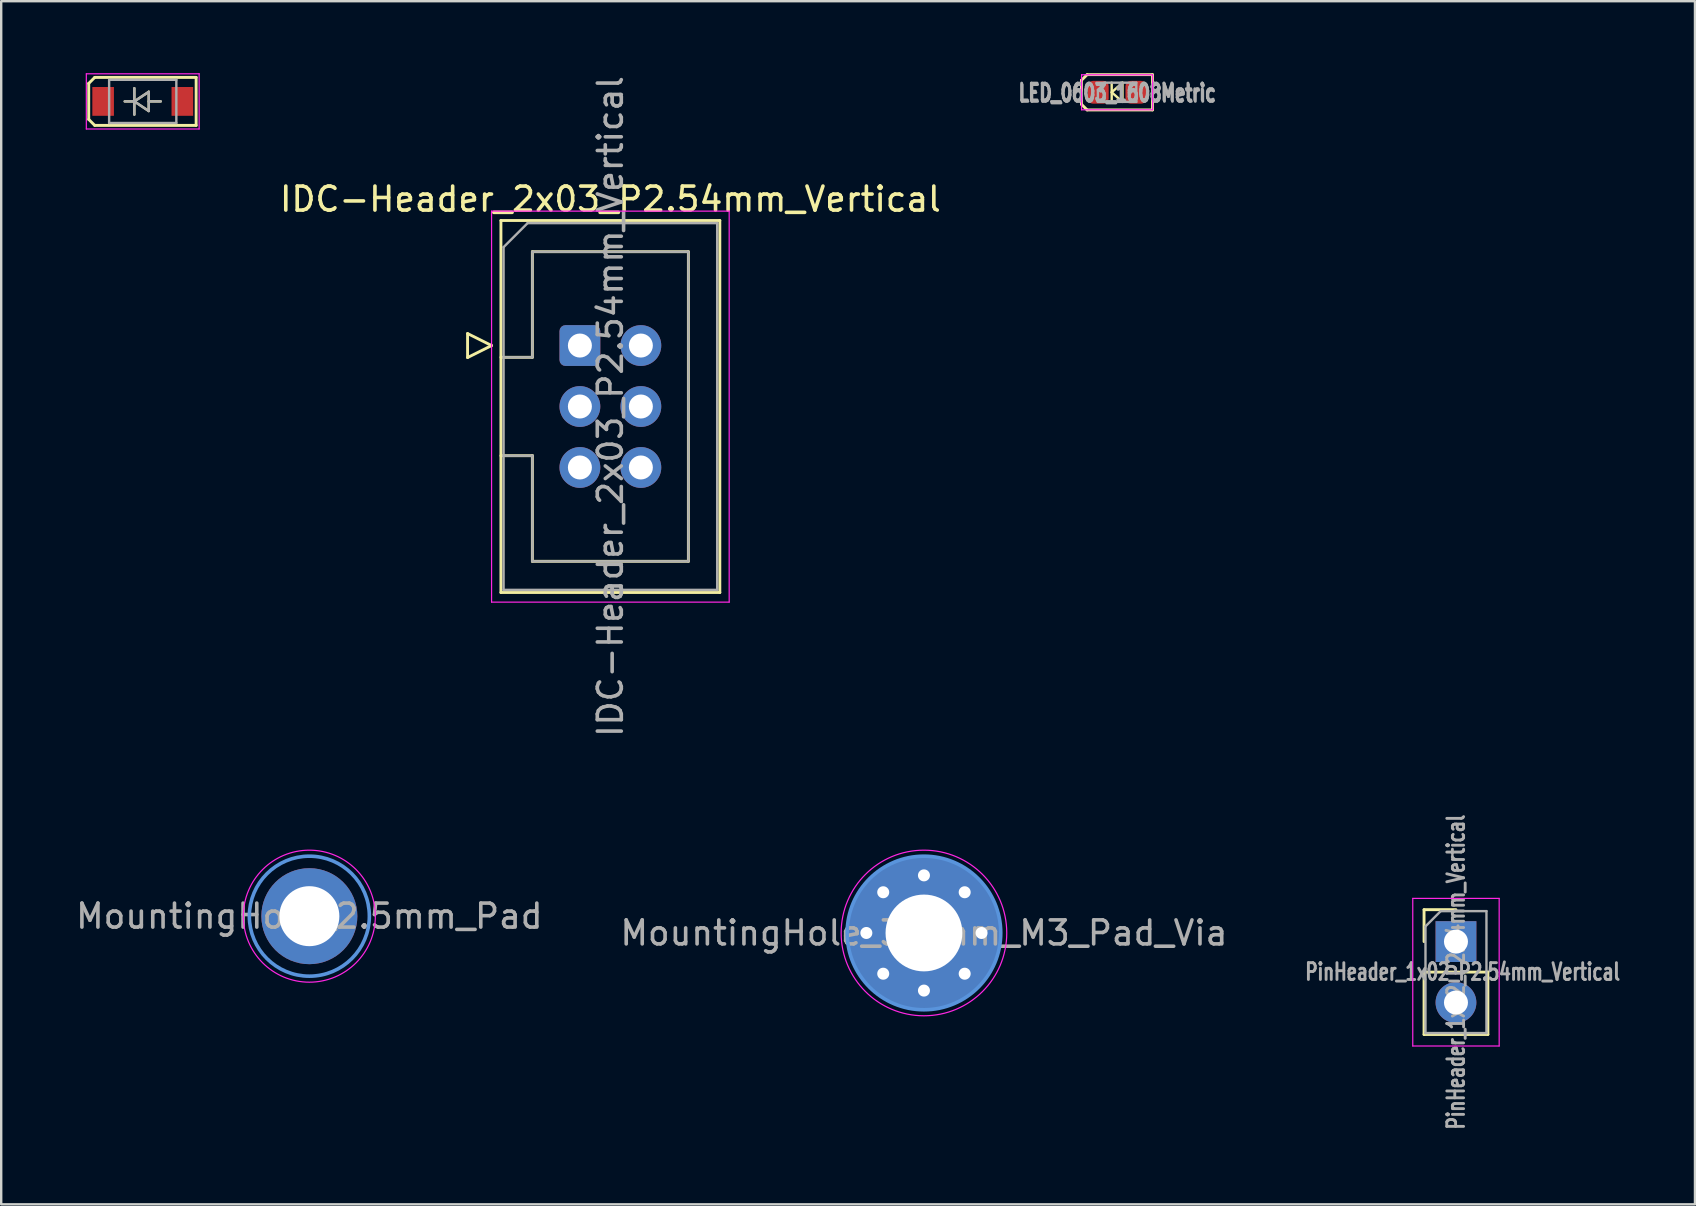
<source format=kicad_pcb>
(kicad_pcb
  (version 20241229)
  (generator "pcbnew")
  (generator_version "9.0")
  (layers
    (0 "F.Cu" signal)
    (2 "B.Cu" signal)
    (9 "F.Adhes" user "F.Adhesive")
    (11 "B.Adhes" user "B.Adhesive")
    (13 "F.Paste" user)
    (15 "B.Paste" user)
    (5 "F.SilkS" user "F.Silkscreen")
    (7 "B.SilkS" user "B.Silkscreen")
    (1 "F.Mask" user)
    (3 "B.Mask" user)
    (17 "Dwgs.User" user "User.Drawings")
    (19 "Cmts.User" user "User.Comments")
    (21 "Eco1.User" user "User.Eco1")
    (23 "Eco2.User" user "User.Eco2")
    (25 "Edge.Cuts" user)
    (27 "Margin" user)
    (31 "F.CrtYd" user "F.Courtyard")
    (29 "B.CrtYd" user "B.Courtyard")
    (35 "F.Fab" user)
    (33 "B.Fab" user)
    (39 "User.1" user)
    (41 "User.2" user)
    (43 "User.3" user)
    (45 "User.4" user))
  (footprint "MountingHole_2.5mm_Pad"
    (layer "F.Cu")
    (at 9.839 35.122)
    (property "Reference" "MountingHole_2.5mm_Pad" (at 0 -3.5 0) (layer "User.1") (effects (font (size 1 1) (thickness 0.15))))
    (attr exclude_from_pos_files)
    (fp_circle (center 0 0) (end 2.5 0) (stroke (width 0.15) (type solid)) (fill no) (layer "Cmts.User"))
    (fp_circle (center 0 0) (end 2.75 0) (stroke (width 0.05) (type solid)) (fill no) (layer "F.CrtYd"))
    (fp_text user "${REFERENCE}" (at 0 0 0) (layer "F.Fab") (effects (font (size 1 1) (thickness 0.15))))
    (pad "1" thru_hole circle (at 0 0) (size 4 4) (drill 2.5) (layers "*.Cu" "*.Mask")))
  (footprint "IDC-Header_2x03_P2.54mm_Vertical"
    (layer "F.Cu")
    (at 21.111 11.347)
    (property "Reference" "IDC-Header_2x03_P2.54mm_Vertical" (at 1.27 -6.1 180) (layer "F.SilkS") (effects (font (size 1 1) (thickness 0.15))))
    (attr through_hole)
    (fp_line (start -4.68 -0.5) (end -4.68 0.5) (stroke (width 0.12) (type solid)) (layer "F.SilkS"))
    (fp_line (start -4.68 0.5) (end -3.68 0) (stroke (width 0.12) (type solid)) (layer "F.SilkS"))
    (fp_line (start -3.68 0) (end -4.68 -0.5) (stroke (width 0.12) (type solid)) (layer "F.SilkS"))
    (fp_line (start -3.29 -5.21) (end 5.83 -5.21) (stroke (width 0.12) (type solid)) (layer "F.SilkS"))
    (fp_line (start -3.29 0.49) (end -1.98 0.49) (stroke (width 0.12) (type solid)) (layer "F.SilkS"))
    (fp_line (start -3.29 10.29) (end -3.29 -5.21) (stroke (width 0.12) (type solid)) (layer "F.SilkS"))
    (fp_line (start -1.98 -3.91) (end 4.52 -3.91) (stroke (width 0.12) (type solid)) (layer "F.SilkS"))
    (fp_line (start -1.98 0.49) (end -1.98 -3.91) (stroke (width 0.12) (type solid)) (layer "F.SilkS"))
    (fp_line (start -1.98 4.59) (end -3.29 4.59) (stroke (width 0.12) (type solid)) (layer "F.SilkS"))
    (fp_line (start -1.98 4.59) (end -1.98 4.59) (stroke (width 0.12) (type solid)) (layer "F.SilkS"))
    (fp_line (start -1.98 8.99) (end -1.98 4.59) (stroke (width 0.12) (type solid)) (layer "F.SilkS"))
    (fp_line (start 4.52 -3.91) (end 4.52 8.99) (stroke (width 0.12) (type solid)) (layer "F.SilkS"))
    (fp_line (start 4.52 8.99) (end -1.98 8.99) (stroke (width 0.12) (type solid)) (layer "F.SilkS"))
    (fp_line (start 5.83 -5.21) (end 5.83 10.29) (stroke (width 0.12) (type solid)) (layer "F.SilkS"))
    (fp_line (start 5.83 10.29) (end -3.29 10.29) (stroke (width 0.12) (type solid)) (layer "F.SilkS"))
    (fp_line (start -3.68 -5.6) (end -3.68 10.69) (stroke (width 0.05) (type solid)) (layer "F.CrtYd"))
    (fp_line (start -3.68 10.69) (end 6.22 10.69) (stroke (width 0.05) (type solid)) (layer "F.CrtYd"))
    (fp_line (start 6.22 -5.6) (end -3.68 -5.6) (stroke (width 0.05) (type solid)) (layer "F.CrtYd"))
    (fp_line (start 6.22 10.69) (end 6.22 -5.6) (stroke (width 0.05) (type solid)) (layer "F.CrtYd"))
    (fp_line (start -3.18 -4.1) (end -2.18 -5.1) (stroke (width 0.1) (type solid)) (layer "F.Fab"))
    (fp_line (start -3.18 0.49) (end -1.98 0.49) (stroke (width 0.1) (type solid)) (layer "F.Fab"))
    (fp_line (start -3.18 10.18) (end -3.18 -4.1) (stroke (width 0.1) (type solid)) (layer "F.Fab"))
    (fp_line (start -2.18 -5.1) (end 5.72 -5.1) (stroke (width 0.1) (type solid)) (layer "F.Fab"))
    (fp_line (start -1.98 -3.91) (end 4.52 -3.91) (stroke (width 0.1) (type solid)) (layer "F.Fab"))
    (fp_line (start -1.98 0.49) (end -1.98 -3.91) (stroke (width 0.1) (type solid)) (layer "F.Fab"))
    (fp_line (start -1.98 4.59) (end -3.18 4.59) (stroke (width 0.1) (type solid)) (layer "F.Fab"))
    (fp_line (start -1.98 4.59) (end -1.98 4.59) (stroke (width 0.1) (type solid)) (layer "F.Fab"))
    (fp_line (start -1.98 8.99) (end -1.98 4.59) (stroke (width 0.1) (type solid)) (layer "F.Fab"))
    (fp_line (start 4.52 -3.91) (end 4.52 8.99) (stroke (width 0.1) (type solid)) (layer "F.Fab"))
    (fp_line (start 4.52 8.99) (end -1.98 8.99) (stroke (width 0.1) (type solid)) (layer "F.Fab"))
    (fp_line (start 5.72 -5.1) (end 5.72 10.18) (stroke (width 0.1) (type solid)) (layer "F.Fab"))
    (fp_line (start 5.72 10.18) (end -3.18 10.18) (stroke (width 0.1) (type solid)) (layer "F.Fab"))
    (fp_text user "${REFERENCE}" (at 1.27 2.54 270) (layer "F.Fab") (effects (font (size 1 1) (thickness 0.15))))
    (pad "1" thru_hole roundrect (at 0 0) (size 1.7 1.7) (drill 1) (layers "*.Cu" "*.Mask") (roundrect_rratio 0.147))
    (pad "2" thru_hole circle (at 2.54 0) (size 1.7 1.7) (drill 1) (layers "*.Cu" "*.Mask"))
    (pad "3" thru_hole circle (at 0 2.54) (size 1.7 1.7) (drill 1) (layers "*.Cu" "*.Mask"))
    (pad "4" thru_hole circle (at 2.54 2.54) (size 1.7 1.7) (drill 1) (layers "*.Cu" "*.Mask"))
    (pad "5" thru_hole circle (at 0 5.08) (size 1.7 1.7) (drill 1) (layers "*.Cu" "*.Mask"))
    (pad "6" thru_hole circle (at 2.54 5.08) (size 1.7 1.7) (drill 1) (layers "*.Cu" "*.Mask")))
  (footprint "MountingHole_3.2mm_M3_Pad_Via"
    (layer "F.Cu")
    (at 35.446 35.822)
    (property "Reference" "MountingHole_3.2mm_M3_Pad_Via" (at 0 -4.2 0) (layer "User.1") (effects (font (size 1 1) (thickness 0.15))))
    (attr through_hole exclude_from_pos_files exclude_from_bom)
    (fp_circle (center 0 0) (end 3.2 0) (stroke (width 0.15) (type solid)) (fill no) (layer "Cmts.User"))
    (fp_circle (center 0 0) (end 3.45 0) (stroke (width 0.05) (type solid)) (fill no) (layer "F.CrtYd"))
    (fp_text user "${REFERENCE}" (at 0 0 0) (layer "F.Fab") (effects (font (size 1 1) (thickness 0.15))))
    (pad "1" thru_hole circle (at -2.4 0) (size 0.8 0.8) (drill 0.5) (layers "*.Cu" "*.Mask"))
    (pad "1" thru_hole circle (at -1.697 -1.697) (size 0.8 0.8) (drill 0.5) (layers "*.Cu" "*.Mask"))
    (pad "1" thru_hole circle (at -1.697 1.697) (size 0.8 0.8) (drill 0.5) (layers "*.Cu" "*.Mask"))
    (pad "1" thru_hole circle (at 0 -2.4) (size 0.8 0.8) (drill 0.5) (layers "*.Cu" "*.Mask"))
    (pad "1" thru_hole circle (at 0 0) (size 6.4 6.4) (drill 3.2) (layers "*.Cu" "*.Mask"))
    (pad "1" thru_hole circle (at 0 2.4) (size 0.8 0.8) (drill 0.5) (layers "*.Cu" "*.Mask"))
    (pad "1" thru_hole circle (at 1.697 -1.697) (size 0.8 0.8) (drill 0.5) (layers "*.Cu" "*.Mask"))
    (pad "1" thru_hole circle (at 1.697 1.697) (size 0.8 0.8) (drill 0.5) (layers "*.Cu" "*.Mask"))
    (pad "1" thru_hole circle (at 2.4 0) (size 0.8 0.8) (drill 0.5) (layers "*.Cu" "*.Mask")))
  (footprint "D_SOD-123"
    (layer "F.Cu")
    (at 2.897 1.175)
    (property "Reference" "D_SOD-123" (at -0.15 0 180) (layer "User.1") (effects (font (size 0.7 0.6) (thickness 0.1) (bold yes))))
    (attr smd)
    (fp_line (start -2.25 -0.75) (end -2.25 0.75) (stroke (width 0.12) (type solid)) (layer "F.SilkS"))
    (fp_line (start -2.25 0.75) (end -2 1) (stroke (width 0.12) (type solid)) (layer "F.SilkS"))
    (fp_line (start -2 -1) (end -2.25 -0.75) (stroke (width 0.12) (type solid)) (layer "F.SilkS"))
    (fp_line (start -2 -1) (end 2.225 -1) (stroke (width 0.12) (type solid)) (layer "F.SilkS"))
    (fp_line (start -2 1) (end 2.225 1) (stroke (width 0.12) (type solid)) (layer "F.SilkS"))
    (fp_line (start -0.75 0) (end -0.35 0) (stroke (width 0.1) (type solid)) (layer "F.SilkS"))
    (fp_line (start -0.35 0) (end -0.35 -0.55) (stroke (width 0.1) (type solid)) (layer "F.SilkS"))
    (fp_line (start -0.35 0) (end -0.35 0.55) (stroke (width 0.1) (type solid)) (layer "F.SilkS"))
    (fp_line (start -0.35 0) (end 0.25 -0.4) (stroke (width 0.1) (type solid)) (layer "F.SilkS"))
    (fp_line (start 0.25 -0.4) (end 0.25 0.4) (stroke (width 0.1) (type solid)) (layer "F.SilkS"))
    (fp_line (start 0.25 0) (end 0.75 0) (stroke (width 0.1) (type solid)) (layer "F.SilkS"))
    (fp_line (start 0.25 0.4) (end -0.35 0) (stroke (width 0.1) (type solid)) (layer "F.SilkS"))
    (fp_line (start 2.225 -1) (end 2.225 1) (stroke (width 0.12) (type solid)) (layer "F.SilkS"))
    (fp_line (start -2.35 -1.15) (end -2.35 1.15) (stroke (width 0.05) (type solid)) (layer "F.CrtYd"))
    (fp_line (start -2.35 -1.15) (end 2.35 -1.15) (stroke (width 0.05) (type solid)) (layer "F.CrtYd"))
    (fp_line (start 2.35 -1.15) (end 2.35 1.15) (stroke (width 0.05) (type solid)) (layer "F.CrtYd"))
    (fp_line (start 2.35 1.15) (end -2.35 1.15) (stroke (width 0.05) (type solid)) (layer "F.CrtYd"))
    (fp_line (start -1.4 -0.9) (end 1.4 -0.9) (stroke (width 0.1) (type solid)) (layer "F.Fab"))
    (fp_line (start -1.4 0.9) (end -1.4 -0.9) (stroke (width 0.1) (type solid)) (layer "F.Fab"))
    (fp_line (start -0.75 0) (end -0.35 0) (stroke (width 0.1) (type solid)) (layer "F.Fab"))
    (fp_line (start -0.35 0) (end -0.35 -0.55) (stroke (width 0.1) (type solid)) (layer "F.Fab"))
    (fp_line (start -0.35 0) (end -0.35 0.55) (stroke (width 0.1) (type solid)) (layer "F.Fab"))
    (fp_line (start -0.35 0) (end 0.25 -0.4) (stroke (width 0.1) (type solid)) (layer "F.Fab"))
    (fp_line (start 0.25 -0.4) (end 0.25 0.4) (stroke (width 0.1) (type solid)) (layer "F.Fab"))
    (fp_line (start 0.25 0) (end 0.75 0) (stroke (width 0.1) (type solid)) (layer "F.Fab"))
    (fp_line (start 0.25 0.4) (end -0.35 0) (stroke (width 0.1) (type solid)) (layer "F.Fab"))
    (fp_line (start 1.4 -0.9) (end 1.4 0.9) (stroke (width 0.1) (type solid)) (layer "F.Fab"))
    (fp_line (start 1.4 0.9) (end -1.4 0.9) (stroke (width 0.1) (type solid)) (layer "F.Fab"))
    (fp_text user "${REFERENCE}" (at -0.15 0 180) (layer "User.3") (effects (font (size 0.7 0.6) (thickness 0.1))))
    (pad "1" smd rect (at -1.65 0) (size 0.9 1.2) (layers "F.Cu" "F.Mask" "F.Paste"))
    (pad "2" smd rect (at 1.65 0) (size 0.9 1.2) (layers "F.Cu" "F.Mask" "F.Paste")))
  (footprint "LED_0603_1608Metric"
    (layer "F.Cu")
    (at 43.493 0.795)
    (property "Reference" "LED_0603_1608Metric" (at 0.02 0.06 180) (layer "F.Fab") (effects (font (size 0.7 0.5) (thickness 0.12))))
    (attr smd)
    (fp_line (start -1.485 -0.5) (end -1.485 0.5) (stroke (width 0.12) (type solid)) (layer "F.SilkS"))
    (fp_line (start -1.485 0.5) (end -1.25 0.735) (stroke (width 0.12) (type default)) (layer "F.SilkS"))
    (fp_line (start -1.25 -0.735) (end -1.485 -0.5) (stroke (width 0.12) (type default)) (layer "F.SilkS"))
    (fp_line (start -1.25 0.735) (end 1.475 0.735) (stroke (width 0.12) (type solid)) (layer "F.SilkS"))
    (fp_line (start -0.225 -0.4) (end -0.225 0.4) (stroke (width 0.1) (type solid)) (layer "F.SilkS"))
    (fp_line (start -0.225 0) (end 0.225 -0.4) (stroke (width 0.1) (type solid)) (layer "F.SilkS"))
    (fp_line (start -0.225 0) (end 0.225 0.4) (stroke (width 0.1) (type solid)) (layer "F.SilkS"))
    (fp_line (start 0.225 -0.4) (end 0.225 0.4) (stroke (width 0.1) (type solid)) (layer "F.SilkS"))
    (fp_line (start 1.475 -0.735) (end -1.25 -0.735) (stroke (width 0.12) (type solid)) (layer "F.SilkS"))
    (fp_line (start 1.475 0.735) (end 1.475 -0.735) (stroke (width 0.12) (type default)) (layer "F.SilkS"))
    (fp_line (start -1.48 -0.73) (end 1.48 -0.73) (stroke (width 0.05) (type solid)) (layer "F.CrtYd"))
    (fp_line (start -1.48 0.73) (end -1.48 -0.73) (stroke (width 0.05) (type solid)) (layer "F.CrtYd"))
    (fp_line (start 1.48 -0.73) (end 1.48 0.73) (stroke (width 0.05) (type solid)) (layer "F.CrtYd"))
    (fp_line (start 1.48 0.73) (end -1.48 0.73) (stroke (width 0.05) (type solid)) (layer "F.CrtYd"))
    (fp_line (start -0.8 -0.1) (end -0.8 0.4) (stroke (width 0.1) (type solid)) (layer "F.Fab"))
    (fp_line (start -0.8 0.4) (end 0.8 0.4) (stroke (width 0.1) (type solid)) (layer "F.Fab"))
    (fp_line (start -0.5 -0.4) (end -0.8 -0.1) (stroke (width 0.1) (type solid)) (layer "F.Fab"))
    (fp_line (start 0.8 -0.4) (end -0.5 -0.4) (stroke (width 0.1) (type solid)) (layer "F.Fab"))
    (fp_line (start 0.8 0.4) (end 0.8 -0.4) (stroke (width 0.1) (type solid)) (layer "F.Fab"))
    (fp_text user "${REFERENCE}" (at 0 0 180) (layer "F.Fab") (effects (font (size 0.7 0.5) (thickness 0.12))))
    (pad "1" smd roundrect (at -0.787 0) (size 0.875 0.95) (layers "F.Cu" "F.Mask" "F.Paste") (roundrect_rratio 0.25))
    (pad "2" smd roundrect (at 0.787 0) (size 0.875 0.95) (layers "F.Cu" "F.Mask" "F.Paste") (roundrect_rratio 0.25)))
  (footprint "PinHeader_1x02_P2.54mm_Vertical"
    (layer "F.Cu")
    (at 57.612 36.181)
    (property "Reference" "PinHeader_1x02_P2.54mm_Vertical" (at 0.28 1.26 0) (layer "F.Fab") (effects (font (size 0.7 0.5) (thickness 0.12))))
    (attr through_hole)
    (fp_line (start -1.33 -1.33) (end 0 -1.33) (stroke (width 0.12) (type solid)) (layer "F.SilkS"))
    (fp_line (start -1.33 0) (end -1.33 -1.33) (stroke (width 0.12) (type solid)) (layer "F.SilkS"))
    (fp_line (start -1.33 1.27) (end -1.33 3.87) (stroke (width 0.12) (type solid)) (layer "F.SilkS"))
    (fp_line (start -1.33 1.27) (end 1.33 1.27) (stroke (width 0.12) (type solid)) (layer "F.SilkS"))
    (fp_line (start -1.33 3.87) (end 1.33 3.87) (stroke (width 0.12) (type solid)) (layer "F.SilkS"))
    (fp_line (start 1.33 1.27) (end 1.33 3.87) (stroke (width 0.12) (type solid)) (layer "F.SilkS"))
    (fp_line (start -1.8 -1.8) (end -1.8 4.35) (stroke (width 0.05) (type solid)) (layer "F.CrtYd"))
    (fp_line (start -1.8 4.35) (end 1.8 4.35) (stroke (width 0.05) (type solid)) (layer "F.CrtYd"))
    (fp_line (start 1.8 -1.8) (end -1.8 -1.8) (stroke (width 0.05) (type solid)) (layer "F.CrtYd"))
    (fp_line (start 1.8 4.35) (end 1.8 -1.8) (stroke (width 0.05) (type solid)) (layer "F.CrtYd"))
    (fp_line (start -1.27 -0.635) (end -0.635 -1.27) (stroke (width 0.1) (type solid)) (layer "F.Fab"))
    (fp_line (start -1.27 3.81) (end -1.27 -0.635) (stroke (width 0.1) (type solid)) (layer "F.Fab"))
    (fp_line (start -0.635 -1.27) (end 1.27 -1.27) (stroke (width 0.1) (type solid)) (layer "F.Fab"))
    (fp_line (start 1.27 -1.27) (end 1.27 3.81) (stroke (width 0.1) (type solid)) (layer "F.Fab"))
    (fp_line (start 1.27 3.81) (end -1.27 3.81) (stroke (width 0.1) (type solid)) (layer "F.Fab"))
    (fp_text user "${REFERENCE}" (at 0 1.27 270) (layer "F.Fab") (effects (font (size 0.7 0.5) (thickness 0.12))))
    (pad "1" thru_hole rect (at 0 0) (size 1.7 1.7) (drill 1) (layers "*.Cu" "*.Mask"))
    (pad "2" thru_hole oval (at 0 2.54) (size 1.7 1.7) (drill 1) (layers "*.Cu" "*.Mask")))
  (gr_rect
    (start -3 -3)
    (end 67.57 47.129)
    (stroke (width 0.1) (type default))
    (fill no)
    (layer "Edge.Cuts")))
</source>
